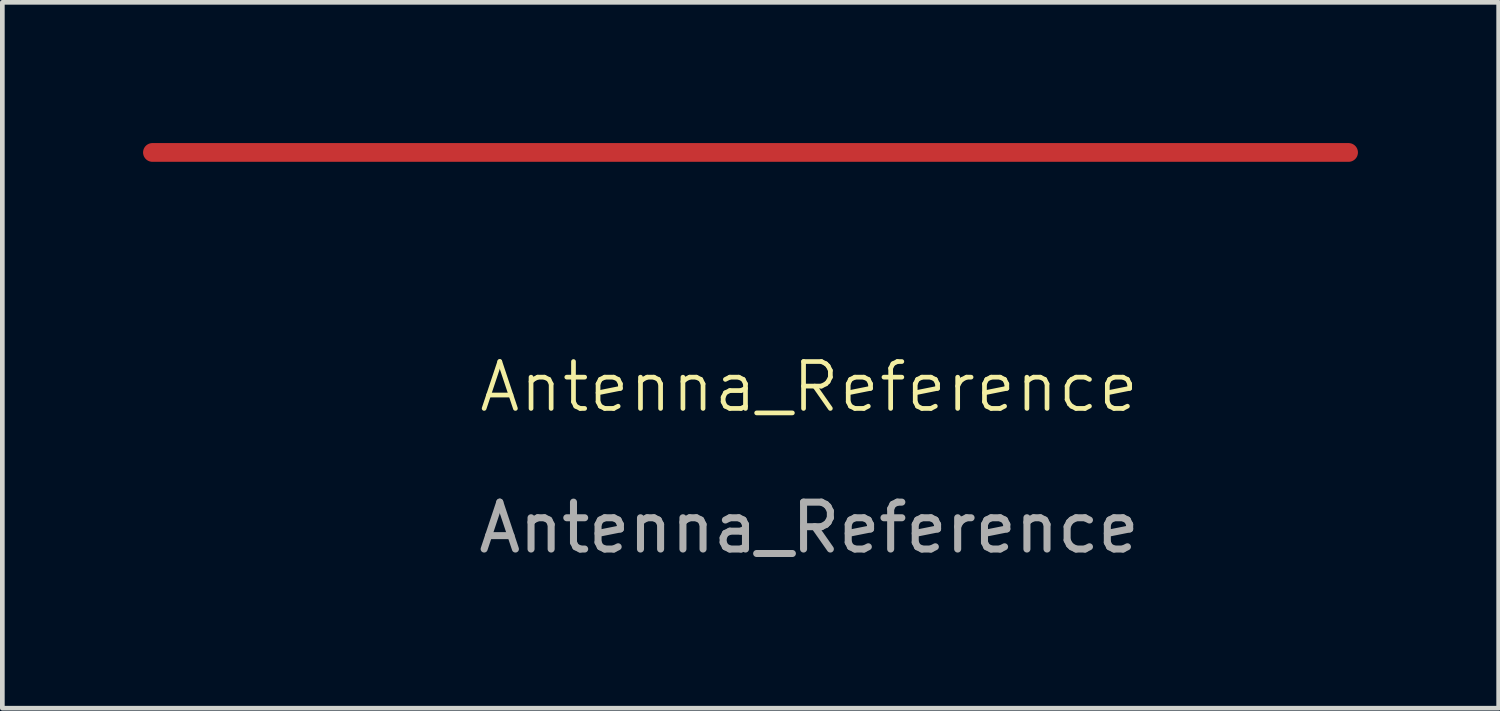
<source format=kicad_pcb>
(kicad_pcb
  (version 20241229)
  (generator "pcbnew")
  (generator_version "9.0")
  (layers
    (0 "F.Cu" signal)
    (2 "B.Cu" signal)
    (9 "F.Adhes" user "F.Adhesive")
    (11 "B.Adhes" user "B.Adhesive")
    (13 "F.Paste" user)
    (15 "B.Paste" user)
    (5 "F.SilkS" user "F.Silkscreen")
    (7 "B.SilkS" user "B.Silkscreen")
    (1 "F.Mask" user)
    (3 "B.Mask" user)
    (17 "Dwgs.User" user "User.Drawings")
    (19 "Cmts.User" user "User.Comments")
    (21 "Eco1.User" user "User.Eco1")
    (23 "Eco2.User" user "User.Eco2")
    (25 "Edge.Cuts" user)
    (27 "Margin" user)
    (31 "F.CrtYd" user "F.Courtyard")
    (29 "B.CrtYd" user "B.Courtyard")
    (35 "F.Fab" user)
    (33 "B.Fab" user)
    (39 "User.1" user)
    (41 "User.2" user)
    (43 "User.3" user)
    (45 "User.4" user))
  (footprint "Antenna_Reference"
    (layer "F.Cu")
    (at 14.2 5.7)
    (property "Reference" "Antenna_Reference" (at 0 -0.5 0) (unlocked yes) (layer "F.SilkS") (effects (font (size 1 1) (thickness 0.1))))
    (attr smd)
    (fp_line (start -14 -5.5) (end 11.5 -5.5) (stroke (width 0.4) (type solid)) (layer "F.Cu"))
    (fp_text user "${REFERENCE}" (at 0 2.5 0) (unlocked yes) (layer "F.Fab") (effects (font (size 1 1) (thickness 0.15)))))
  (gr_rect
    (start -3 -3)
    (end 28.9 12.048)
    (stroke (width 0.1) (type default))
    (fill no)
    (layer "Edge.Cuts")))
</source>
